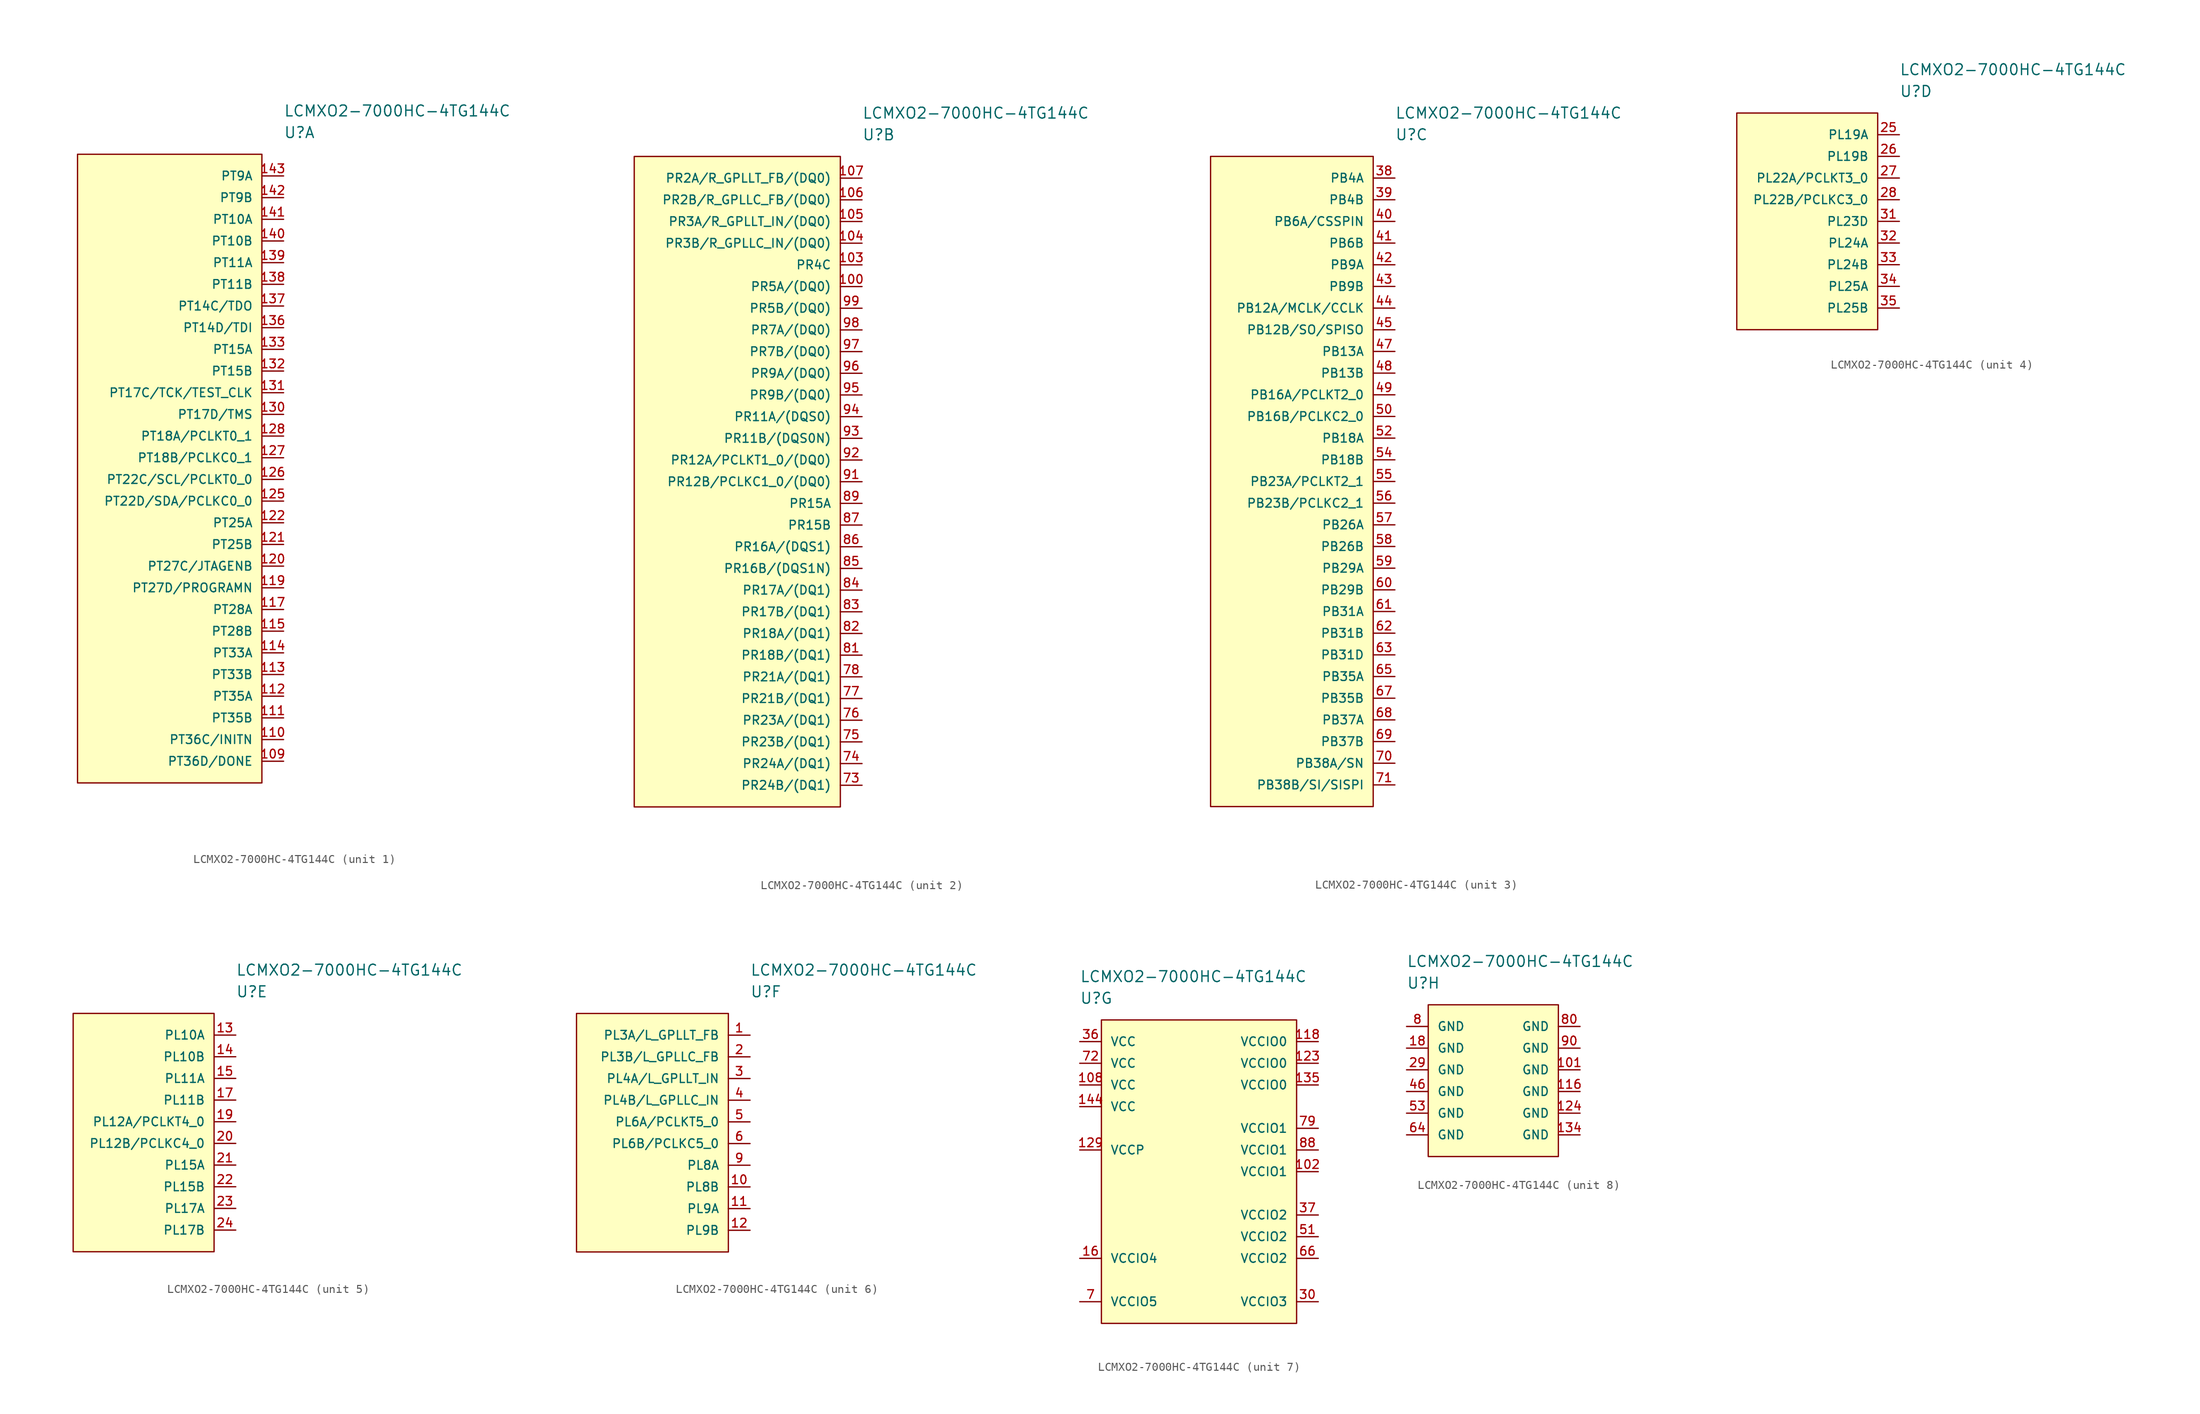
<source format=kicad_sym>
(kicad_symbol_lib
  (version 20220126)
  (generator kicad_symbol_editor)
  (symbol "LCMXO2-7000HC-4TG144C"
    (pin_names
      (offset 1.016))
    (property "Reference" "U"
      (at 0 5.08 0)
      (effects (font (size 1.27 1.27)) (justify left)))
    (property "Value" "LCMXO2-7000HC-4TG144C"
      (at 0 7.62 0)
      (effects (font (size 1.27 1.27)) (justify left)))
    (property "ki_locked" ""
      (at 0 0 0)
      (effects (font (size 1.27 1.27))))
    (symbol "LCMXO2-7000HC-4TG144C_1_1"
      (rectangle (start -24.13 2.54) (end -2.54 -71.12) (stroke (width 0) (type default)) (fill (type background)))
      (pin bidirectional line (at 0 -68.58 180) (length 2.54) (name "PT36D/DONE" (effects (font (size 1.016 1.016)))) (number "109" (effects (font (size 1.016 1.016)))))
      (pin bidirectional line (at 0 -66.04 180) (length 2.54) (name "PT36C/INITN" (effects (font (size 1.016 1.016)))) (number "110" (effects (font (size 1.016 1.016)))))
      (pin bidirectional line (at 0 -63.5 180) (length 2.54) (name "PT35B" (effects (font (size 1.016 1.016)))) (number "111" (effects (font (size 1.016 1.016)))))
      (pin bidirectional line (at 0 -60.96 180) (length 2.54) (name "PT35A" (effects (font (size 1.016 1.016)))) (number "112" (effects (font (size 1.016 1.016)))))
      (pin bidirectional line (at 0 -58.42 180) (length 2.54) (name "PT33B" (effects (font (size 1.016 1.016)))) (number "113" (effects (font (size 1.016 1.016)))))
      (pin bidirectional line (at 0 -55.88 180) (length 2.54) (name "PT33A" (effects (font (size 1.016 1.016)))) (number "114" (effects (font (size 1.016 1.016)))))
      (pin bidirectional line (at 0 -53.34 180) (length 2.54) (name "PT28B" (effects (font (size 1.016 1.016)))) (number "115" (effects (font (size 1.016 1.016)))))
      (pin bidirectional line (at 0 -50.8 180) (length 2.54) (name "PT28A" (effects (font (size 1.016 1.016)))) (number "117" (effects (font (size 1.016 1.016)))))
      (pin bidirectional line (at 0 -48.26 180) (length 2.54) (name "PT27D/PROGRAMN" (effects (font (size 1.016 1.016)))) (number "119" (effects (font (size 1.016 1.016)))))
      (pin bidirectional line (at 0 -45.72 180) (length 2.54) (name "PT27C/JTAGENB" (effects (font (size 1.016 1.016)))) (number "120" (effects (font (size 1.016 1.016)))))
      (pin bidirectional line (at 0 -43.18 180) (length 2.54) (name "PT25B" (effects (font (size 1.016 1.016)))) (number "121" (effects (font (size 1.016 1.016)))))
      (pin bidirectional line (at 0 -40.64 180) (length 2.54) (name "PT25A" (effects (font (size 1.016 1.016)))) (number "122" (effects (font (size 1.016 1.016)))))
      (pin bidirectional line (at 0 -38.1 180) (length 2.54) (name "PT22D/SDA/PCLKC0_0" (effects (font (size 1.016 1.016)))) (number "125" (effects (font (size 1.016 1.016)))))
      (pin bidirectional line (at 0 -35.56 180) (length 2.54) (name "PT22C/SCL/PCLKT0_0" (effects (font (size 1.016 1.016)))) (number "126" (effects (font (size 1.016 1.016)))))
      (pin bidirectional line (at 0 -33.02 180) (length 2.54) (name "PT18B/PCLKC0_1" (effects (font (size 1.016 1.016)))) (number "127" (effects (font (size 1.016 1.016)))))
      (pin bidirectional line (at 0 -30.48 180) (length 2.54) (name "PT18A/PCLKT0_1" (effects (font (size 1.016 1.016)))) (number "128" (effects (font (size 1.016 1.016)))))
      (pin bidirectional line (at 0 -27.94 180) (length 2.54) (name "PT17D/TMS" (effects (font (size 1.016 1.016)))) (number "130" (effects (font (size 1.016 1.016)))))
      (pin bidirectional line (at 0 -25.4 180) (length 2.54) (name "PT17C/TCK/TEST_CLK" (effects (font (size 1.016 1.016)))) (number "131" (effects (font (size 1.016 1.016)))))
      (pin bidirectional line (at 0 -22.86 180) (length 2.54) (name "PT15B" (effects (font (size 1.016 1.016)))) (number "132" (effects (font (size 1.016 1.016)))))
      (pin bidirectional line (at 0 -20.32 180) (length 2.54) (name "PT15A" (effects (font (size 1.016 1.016)))) (number "133" (effects (font (size 1.016 1.016)))))
      (pin bidirectional line (at 0 -17.78 180) (length 2.54) (name "PT14D/TDI" (effects (font (size 1.016 1.016)))) (number "136" (effects (font (size 1.016 1.016)))))
      (pin bidirectional line (at 0 -15.24 180) (length 2.54) (name "PT14C/TDO" (effects (font (size 1.016 1.016)))) (number "137" (effects (font (size 1.016 1.016)))))
      (pin bidirectional line (at 0 -12.7 180) (length 2.54) (name "PT11B" (effects (font (size 1.016 1.016)))) (number "138" (effects (font (size 1.016 1.016)))))
      (pin bidirectional line (at 0 -10.16 180) (length 2.54) (name "PT11A" (effects (font (size 1.016 1.016)))) (number "139" (effects (font (size 1.016 1.016)))))
      (pin bidirectional line (at 0 -7.62 180) (length 2.54) (name "PT10B" (effects (font (size 1.016 1.016)))) (number "140" (effects (font (size 1.016 1.016)))))
      (pin bidirectional line (at 0 -5.08 180) (length 2.54) (name "PT10A" (effects (font (size 1.016 1.016)))) (number "141" (effects (font (size 1.016 1.016)))))
      (pin bidirectional line (at 0 -2.54 180) (length 2.54) (name "PT9B" (effects (font (size 1.016 1.016)))) (number "142" (effects (font (size 1.016 1.016)))))
      (pin bidirectional line (at 0 0 180) (length 2.54) (name "PT9A" (effects (font (size 1.016 1.016)))) (number "143" (effects (font (size 1.016 1.016))))))
    (symbol "LCMXO2-7000HC-4TG144C_2_1"
      (rectangle (start -26.67 2.54) (end -2.54 -73.66) (stroke (width 0) (type default)) (fill (type background)))
      (pin bidirectional line (at 0 -12.7 180) (length 2.54) (name "PR5A/(DQ0)" (effects (font (size 1.016 1.016)))) (number "100" (effects (font (size 1.016 1.016)))))
      (pin bidirectional line (at 0 -10.16 180) (length 2.54) (name "PR4C" (effects (font (size 1.016 1.016)))) (number "103" (effects (font (size 1.016 1.016)))))
      (pin bidirectional line (at 0 -7.62 180) (length 2.54) (name "PR3B/R_GPLLC_IN/(DQ0)" (effects (font (size 1.016 1.016)))) (number "104" (effects (font (size 1.016 1.016)))))
      (pin bidirectional line (at 0 -5.08 180) (length 2.54) (name "PR3A/R_GPLLT_IN/(DQ0)" (effects (font (size 1.016 1.016)))) (number "105" (effects (font (size 1.016 1.016)))))
      (pin bidirectional line (at 0 -2.54 180) (length 2.54) (name "PR2B/R_GPLLC_FB/(DQ0)" (effects (font (size 1.016 1.016)))) (number "106" (effects (font (size 1.016 1.016)))))
      (pin bidirectional line (at 0 0 180) (length 2.54) (name "PR2A/R_GPLLT_FB/(DQ0)" (effects (font (size 1.016 1.016)))) (number "107" (effects (font (size 1.016 1.016)))))
      (pin bidirectional line (at 0 -71.12 180) (length 2.54) (name "PR24B/(DQ1)" (effects (font (size 1.016 1.016)))) (number "73" (effects (font (size 1.016 1.016)))))
      (pin bidirectional line (at 0 -68.58 180) (length 2.54) (name "PR24A/(DQ1)" (effects (font (size 1.016 1.016)))) (number "74" (effects (font (size 1.016 1.016)))))
      (pin bidirectional line (at 0 -66.04 180) (length 2.54) (name "PR23B/(DQ1)" (effects (font (size 1.016 1.016)))) (number "75" (effects (font (size 1.016 1.016)))))
      (pin bidirectional line (at 0 -63.5 180) (length 2.54) (name "PR23A/(DQ1)" (effects (font (size 1.016 1.016)))) (number "76" (effects (font (size 1.016 1.016)))))
      (pin bidirectional line (at 0 -60.96 180) (length 2.54) (name "PR21B/(DQ1)" (effects (font (size 1.016 1.016)))) (number "77" (effects (font (size 1.016 1.016)))))
      (pin bidirectional line (at 0 -58.42 180) (length 2.54) (name "PR21A/(DQ1)" (effects (font (size 1.016 1.016)))) (number "78" (effects (font (size 1.016 1.016)))))
      (pin bidirectional line (at 0 -55.88 180) (length 2.54) (name "PR18B/(DQ1)" (effects (font (size 1.016 1.016)))) (number "81" (effects (font (size 1.016 1.016)))))
      (pin bidirectional line (at 0 -53.34 180) (length 2.54) (name "PR18A/(DQ1)" (effects (font (size 1.016 1.016)))) (number "82" (effects (font (size 1.016 1.016)))))
      (pin bidirectional line (at 0 -50.8 180) (length 2.54) (name "PR17B/(DQ1)" (effects (font (size 1.016 1.016)))) (number "83" (effects (font (size 1.016 1.016)))))
      (pin bidirectional line (at 0 -48.26 180) (length 2.54) (name "PR17A/(DQ1)" (effects (font (size 1.016 1.016)))) (number "84" (effects (font (size 1.016 1.016)))))
      (pin bidirectional line (at 0 -45.72 180) (length 2.54) (name "PR16B/(DQS1N)" (effects (font (size 1.016 1.016)))) (number "85" (effects (font (size 1.016 1.016)))))
      (pin bidirectional line (at 0 -43.18 180) (length 2.54) (name "PR16A/(DQS1)" (effects (font (size 1.016 1.016)))) (number "86" (effects (font (size 1.016 1.016)))))
      (pin bidirectional line (at 0 -40.64 180) (length 2.54) (name "PR15B" (effects (font (size 1.016 1.016)))) (number "87" (effects (font (size 1.016 1.016)))))
      (pin bidirectional line (at 0 -38.1 180) (length 2.54) (name "PR15A" (effects (font (size 1.016 1.016)))) (number "89" (effects (font (size 1.016 1.016)))))
      (pin bidirectional line (at 0 -35.56 180) (length 2.54) (name "PR12B/PCLKC1_0/(DQ0)" (effects (font (size 1.016 1.016)))) (number "91" (effects (font (size 1.016 1.016)))))
      (pin bidirectional line (at 0 -33.02 180) (length 2.54) (name "PR12A/PCLKT1_0/(DQ0)" (effects (font (size 1.016 1.016)))) (number "92" (effects (font (size 1.016 1.016)))))
      (pin bidirectional line (at 0 -30.48 180) (length 2.54) (name "PR11B/(DQS0N)" (effects (font (size 1.016 1.016)))) (number "93" (effects (font (size 1.016 1.016)))))
      (pin bidirectional line (at 0 -27.94 180) (length 2.54) (name "PR11A/(DQS0)" (effects (font (size 1.016 1.016)))) (number "94" (effects (font (size 1.016 1.016)))))
      (pin bidirectional line (at 0 -25.4 180) (length 2.54) (name "PR9B/(DQ0)" (effects (font (size 1.016 1.016)))) (number "95" (effects (font (size 1.016 1.016)))))
      (pin bidirectional line (at 0 -22.86 180) (length 2.54) (name "PR9A/(DQ0)" (effects (font (size 1.016 1.016)))) (number "96" (effects (font (size 1.016 1.016)))))
      (pin bidirectional line (at 0 -20.32 180) (length 2.54) (name "PR7B/(DQ0)" (effects (font (size 1.016 1.016)))) (number "97" (effects (font (size 1.016 1.016)))))
      (pin bidirectional line (at 0 -17.78 180) (length 2.54) (name "PR7A/(DQ0)" (effects (font (size 1.016 1.016)))) (number "98" (effects (font (size 1.016 1.016)))))
      (pin bidirectional line (at 0 -15.24 180) (length 2.54) (name "PR5B/(DQ0)" (effects (font (size 1.016 1.016)))) (number "99" (effects (font (size 1.016 1.016))))))
    (symbol "LCMXO2-7000HC-4TG144C_3_1"
      (rectangle (start -21.59 2.54) (end -2.54 -73.66) (stroke (width 0) (type default)) (fill (type background)))
      (pin bidirectional line (at 0 0 180) (length 2.54) (name "PB4A" (effects (font (size 1.016 1.016)))) (number "38" (effects (font (size 1.016 1.016)))))
      (pin bidirectional line (at 0 -2.54 180) (length 2.54) (name "PB4B" (effects (font (size 1.016 1.016)))) (number "39" (effects (font (size 1.016 1.016)))))
      (pin bidirectional line (at 0 -5.08 180) (length 2.54) (name "PB6A/CSSPIN" (effects (font (size 1.016 1.016)))) (number "40" (effects (font (size 1.016 1.016)))))
      (pin bidirectional line (at 0 -7.62 180) (length 2.54) (name "PB6B" (effects (font (size 1.016 1.016)))) (number "41" (effects (font (size 1.016 1.016)))))
      (pin bidirectional line (at 0 -10.16 180) (length 2.54) (name "PB9A" (effects (font (size 1.016 1.016)))) (number "42" (effects (font (size 1.016 1.016)))))
      (pin bidirectional line (at 0 -12.7 180) (length 2.54) (name "PB9B" (effects (font (size 1.016 1.016)))) (number "43" (effects (font (size 1.016 1.016)))))
      (pin bidirectional line (at 0 -15.24 180) (length 2.54) (name "PB12A/MCLK/CCLK" (effects (font (size 1.016 1.016)))) (number "44" (effects (font (size 1.016 1.016)))))
      (pin bidirectional line (at 0 -17.78 180) (length 2.54) (name "PB12B/SO/SPISO" (effects (font (size 1.016 1.016)))) (number "45" (effects (font (size 1.016 1.016)))))
      (pin bidirectional line (at 0 -20.32 180) (length 2.54) (name "PB13A" (effects (font (size 1.016 1.016)))) (number "47" (effects (font (size 1.016 1.016)))))
      (pin bidirectional line (at 0 -22.86 180) (length 2.54) (name "PB13B" (effects (font (size 1.016 1.016)))) (number "48" (effects (font (size 1.016 1.016)))))
      (pin bidirectional line (at 0 -25.4 180) (length 2.54) (name "PB16A/PCLKT2_0" (effects (font (size 1.016 1.016)))) (number "49" (effects (font (size 1.016 1.016)))))
      (pin bidirectional line (at 0 -27.94 180) (length 2.54) (name "PB16B/PCLKC2_0" (effects (font (size 1.016 1.016)))) (number "50" (effects (font (size 1.016 1.016)))))
      (pin bidirectional line (at 0 -30.48 180) (length 2.54) (name "PB18A" (effects (font (size 1.016 1.016)))) (number "52" (effects (font (size 1.016 1.016)))))
      (pin bidirectional line (at 0 -33.02 180) (length 2.54) (name "PB18B" (effects (font (size 1.016 1.016)))) (number "54" (effects (font (size 1.016 1.016)))))
      (pin bidirectional line (at 0 -35.56 180) (length 2.54) (name "PB23A/PCLKT2_1" (effects (font (size 1.016 1.016)))) (number "55" (effects (font (size 1.016 1.016)))))
      (pin bidirectional line (at 0 -38.1 180) (length 2.54) (name "PB23B/PCLKC2_1" (effects (font (size 1.016 1.016)))) (number "56" (effects (font (size 1.016 1.016)))))
      (pin bidirectional line (at 0 -40.64 180) (length 2.54) (name "PB26A" (effects (font (size 1.016 1.016)))) (number "57" (effects (font (size 1.016 1.016)))))
      (pin bidirectional line (at 0 -43.18 180) (length 2.54) (name "PB26B" (effects (font (size 1.016 1.016)))) (number "58" (effects (font (size 1.016 1.016)))))
      (pin bidirectional line (at 0 -45.72 180) (length 2.54) (name "PB29A" (effects (font (size 1.016 1.016)))) (number "59" (effects (font (size 1.016 1.016)))))
      (pin bidirectional line (at 0 -48.26 180) (length 2.54) (name "PB29B" (effects (font (size 1.016 1.016)))) (number "60" (effects (font (size 1.016 1.016)))))
      (pin bidirectional line (at 0 -50.8 180) (length 2.54) (name "PB31A" (effects (font (size 1.016 1.016)))) (number "61" (effects (font (size 1.016 1.016)))))
      (pin bidirectional line (at 0 -53.34 180) (length 2.54) (name "PB31B" (effects (font (size 1.016 1.016)))) (number "62" (effects (font (size 1.016 1.016)))))
      (pin bidirectional line (at 0 -55.88 180) (length 2.54) (name "PB31D" (effects (font (size 1.016 1.016)))) (number "63" (effects (font (size 1.016 1.016)))))
      (pin bidirectional line (at 0 -58.42 180) (length 2.54) (name "PB35A" (effects (font (size 1.016 1.016)))) (number "65" (effects (font (size 1.016 1.016)))))
      (pin bidirectional line (at 0 -60.96 180) (length 2.54) (name "PB35B" (effects (font (size 1.016 1.016)))) (number "67" (effects (font (size 1.016 1.016)))))
      (pin bidirectional line (at 0 -63.5 180) (length 2.54) (name "PB37A" (effects (font (size 1.016 1.016)))) (number "68" (effects (font (size 1.016 1.016)))))
      (pin bidirectional line (at 0 -66.04 180) (length 2.54) (name "PB37B" (effects (font (size 1.016 1.016)))) (number "69" (effects (font (size 1.016 1.016)))))
      (pin bidirectional line (at 0 -68.58 180) (length 2.54) (name "PB38A/SN" (effects (font (size 1.016 1.016)))) (number "70" (effects (font (size 1.016 1.016)))))
      (pin bidirectional line (at 0 -71.12 180) (length 2.54) (name "PB38B/SI/SISPI" (effects (font (size 1.016 1.016)))) (number "71" (effects (font (size 1.016 1.016))))))
    (symbol "LCMXO2-7000HC-4TG144C_4_1"
      (rectangle (start -19.05 2.54) (end -2.54 -22.86) (stroke (width 0) (type default)) (fill (type background)))
      (pin bidirectional line (at 0 0 180) (length 2.54) (name "PL19A" (effects (font (size 1.016 1.016)))) (number "25" (effects (font (size 1.016 1.016)))))
      (pin bidirectional line (at 0 -2.54 180) (length 2.54) (name "PL19B" (effects (font (size 1.016 1.016)))) (number "26" (effects (font (size 1.016 1.016)))))
      (pin bidirectional line (at 0 -5.08 180) (length 2.54) (name "PL22A/PCLKT3_0" (effects (font (size 1.016 1.016)))) (number "27" (effects (font (size 1.016 1.016)))))
      (pin bidirectional line (at 0 -7.62 180) (length 2.54) (name "PL22B/PCLKC3_0" (effects (font (size 1.016 1.016)))) (number "28" (effects (font (size 1.016 1.016)))))
      (pin bidirectional line (at 0 -10.16 180) (length 2.54) (name "PL23D" (effects (font (size 1.016 1.016)))) (number "31" (effects (font (size 1.016 1.016)))))
      (pin bidirectional line (at 0 -12.7 180) (length 2.54) (name "PL24A" (effects (font (size 1.016 1.016)))) (number "32" (effects (font (size 1.016 1.016)))))
      (pin bidirectional line (at 0 -15.24 180) (length 2.54) (name "PL24B" (effects (font (size 1.016 1.016)))) (number "33" (effects (font (size 1.016 1.016)))))
      (pin bidirectional line (at 0 -17.78 180) (length 2.54) (name "PL25A" (effects (font (size 1.016 1.016)))) (number "34" (effects (font (size 1.016 1.016)))))
      (pin bidirectional line (at 0 -20.32 180) (length 2.54) (name "PL25B" (effects (font (size 1.016 1.016)))) (number "35" (effects (font (size 1.016 1.016))))))
    (symbol "LCMXO2-7000HC-4TG144C_5_1"
      (rectangle (start -19.05 2.54) (end -2.54 -25.4) (stroke (width 0) (type default)) (fill (type background)))
      (pin bidirectional line (at 0 0 180) (length 2.54) (name "PL10A" (effects (font (size 1.016 1.016)))) (number "13" (effects (font (size 1.016 1.016)))))
      (pin bidirectional line (at 0 -2.54 180) (length 2.54) (name "PL10B" (effects (font (size 1.016 1.016)))) (number "14" (effects (font (size 1.016 1.016)))))
      (pin bidirectional line (at 0 -5.08 180) (length 2.54) (name "PL11A" (effects (font (size 1.016 1.016)))) (number "15" (effects (font (size 1.016 1.016)))))
      (pin bidirectional line (at 0 -7.62 180) (length 2.54) (name "PL11B" (effects (font (size 1.016 1.016)))) (number "17" (effects (font (size 1.016 1.016)))))
      (pin bidirectional line (at 0 -10.16 180) (length 2.54) (name "PL12A/PCLKT4_0" (effects (font (size 1.016 1.016)))) (number "19" (effects (font (size 1.016 1.016)))))
      (pin bidirectional line (at 0 -12.7 180) (length 2.54) (name "PL12B/PCLKC4_0" (effects (font (size 1.016 1.016)))) (number "20" (effects (font (size 1.016 1.016)))))
      (pin bidirectional line (at 0 -15.24 180) (length 2.54) (name "PL15A" (effects (font (size 1.016 1.016)))) (number "21" (effects (font (size 1.016 1.016)))))
      (pin bidirectional line (at 0 -17.78 180) (length 2.54) (name "PL15B" (effects (font (size 1.016 1.016)))) (number "22" (effects (font (size 1.016 1.016)))))
      (pin bidirectional line (at 0 -20.32 180) (length 2.54) (name "PL17A" (effects (font (size 1.016 1.016)))) (number "23" (effects (font (size 1.016 1.016)))))
      (pin bidirectional line (at 0 -22.86 180) (length 2.54) (name "PL17B" (effects (font (size 1.016 1.016)))) (number "24" (effects (font (size 1.016 1.016))))))
    (symbol "LCMXO2-7000HC-4TG144C_6_1"
      (rectangle (start -20.32 2.54) (end -2.54 -25.4) (stroke (width 0) (type default)) (fill (type background)))
      (pin bidirectional line (at 0 0 180) (length 2.54) (name "PL3A/L_GPLLT_FB" (effects (font (size 1.016 1.016)))) (number "1" (effects (font (size 1.016 1.016)))))
      (pin bidirectional line (at 0 -17.78 180) (length 2.54) (name "PL8B" (effects (font (size 1.016 1.016)))) (number "10" (effects (font (size 1.016 1.016)))))
      (pin bidirectional line (at 0 -20.32 180) (length 2.54) (name "PL9A" (effects (font (size 1.016 1.016)))) (number "11" (effects (font (size 1.016 1.016)))))
      (pin bidirectional line (at 0 -22.86 180) (length 2.54) (name "PL9B" (effects (font (size 1.016 1.016)))) (number "12" (effects (font (size 1.016 1.016)))))
      (pin bidirectional line (at 0 -2.54 180) (length 2.54) (name "PL3B/L_GPLLC_FB" (effects (font (size 1.016 1.016)))) (number "2" (effects (font (size 1.016 1.016)))))
      (pin bidirectional line (at 0 -5.08 180) (length 2.54) (name "PL4A/L_GPLLT_IN" (effects (font (size 1.016 1.016)))) (number "3" (effects (font (size 1.016 1.016)))))
      (pin bidirectional line (at 0 -7.62 180) (length 2.54) (name "PL4B/L_GPLLC_IN" (effects (font (size 1.016 1.016)))) (number "4" (effects (font (size 1.016 1.016)))))
      (pin bidirectional line (at 0 -10.16 180) (length 2.54) (name "PL6A/PCLKT5_0" (effects (font (size 1.016 1.016)))) (number "5" (effects (font (size 1.016 1.016)))))
      (pin bidirectional line (at 0 -12.7 180) (length 2.54) (name "PL6B/PCLKC5_0" (effects (font (size 1.016 1.016)))) (number "6" (effects (font (size 1.016 1.016)))))
      (pin bidirectional line (at 0 -15.24 180) (length 2.54) (name "PL8A" (effects (font (size 1.016 1.016)))) (number "9" (effects (font (size 1.016 1.016))))))
    (symbol "LCMXO2-7000HC-4TG144C_7_1"
      (rectangle (start 2.54 2.54) (end 25.4 -33.02) (stroke (width 0) (type default)) (fill (type background)))
      (pin power_in line (at 27.94 -15.24 180) (length 2.54) (name "VCCIO1" (effects (font (size 1.016 1.016)))) (number "102" (effects (font (size 1.016 1.016)))))
      (pin power_in line (at 0 -5.08 0) (length 2.54) (name "VCC" (effects (font (size 1.016 1.016)))) (number "108" (effects (font (size 1.016 1.016)))))
      (pin power_in line (at 27.94 0 180) (length 2.54) (name "VCCIO0" (effects (font (size 1.016 1.016)))) (number "118" (effects (font (size 1.016 1.016)))))
      (pin power_in line (at 27.94 -2.54 180) (length 2.54) (name "VCCIO0" (effects (font (size 1.016 1.016)))) (number "123" (effects (font (size 1.016 1.016)))))
      (pin power_in line (at 0 -12.7 0) (length 2.54) (name "VCCP" (effects (font (size 1.016 1.016)))) (number "129" (effects (font (size 1.016 1.016)))))
      (pin power_in line (at 27.94 -5.08 180) (length 2.54) (name "VCCIO0" (effects (font (size 1.016 1.016)))) (number "135" (effects (font (size 1.016 1.016)))))
      (pin power_in line (at 0 -7.62 0) (length 2.54) (name "VCC" (effects (font (size 1.016 1.016)))) (number "144" (effects (font (size 1.016 1.016)))))
      (pin power_in line (at 0 -25.4 0) (length 2.54) (name "VCCIO4" (effects (font (size 1.016 1.016)))) (number "16" (effects (font (size 1.016 1.016)))))
      (pin power_in line (at 27.94 -30.48 180) (length 2.54) (name "VCCIO3" (effects (font (size 1.016 1.016)))) (number "30" (effects (font (size 1.016 1.016)))))
      (pin power_in line (at 0 0 0) (length 2.54) (name "VCC" (effects (font (size 1.016 1.016)))) (number "36" (effects (font (size 1.016 1.016)))))
      (pin power_in line (at 27.94 -20.32 180) (length 2.54) (name "VCCIO2" (effects (font (size 1.016 1.016)))) (number "37" (effects (font (size 1.016 1.016)))))
      (pin power_in line (at 27.94 -22.86 180) (length 2.54) (name "VCCIO2" (effects (font (size 1.016 1.016)))) (number "51" (effects (font (size 1.016 1.016)))))
      (pin power_in line (at 27.94 -25.4 180) (length 2.54) (name "VCCIO2" (effects (font (size 1.016 1.016)))) (number "66" (effects (font (size 1.016 1.016)))))
      (pin power_in line (at 0 -30.48 0) (length 2.54) (name "VCCIO5" (effects (font (size 1.016 1.016)))) (number "7" (effects (font (size 1.016 1.016)))))
      (pin power_in line (at 0 -2.54 0) (length 2.54) (name "VCC" (effects (font (size 1.016 1.016)))) (number "72" (effects (font (size 1.016 1.016)))))
      (pin power_in line (at 27.94 -10.16 180) (length 2.54) (name "VCCIO1" (effects (font (size 1.016 1.016)))) (number "79" (effects (font (size 1.016 1.016)))))
      (pin power_in line (at 27.94 -12.7 180) (length 2.54) (name "VCCIO1" (effects (font (size 1.016 1.016)))) (number "88" (effects (font (size 1.016 1.016))))))
    (symbol "LCMXO2-7000HC-4TG144C_8_1"
      (rectangle (start 2.54 2.54) (end 17.78 -15.24) (stroke (width 0) (type default)) (fill (type background)))
      (pin power_in line (at 20.32 -5.08 180) (length 2.54) (name "GND" (effects (font (size 1.016 1.016)))) (number "101" (effects (font (size 1.016 1.016)))))
      (pin power_in line (at 20.32 -7.62 180) (length 2.54) (name "GND" (effects (font (size 1.016 1.016)))) (number "116" (effects (font (size 1.016 1.016)))))
      (pin power_in line (at 20.32 -10.16 180) (length 2.54) (name "GND" (effects (font (size 1.016 1.016)))) (number "124" (effects (font (size 1.016 1.016)))))
      (pin power_in line (at 20.32 -12.7 180) (length 2.54) (name "GND" (effects (font (size 1.016 1.016)))) (number "134" (effects (font (size 1.016 1.016)))))
      (pin power_in line (at 0 -2.54 0) (length 2.54) (name "GND" (effects (font (size 1.016 1.016)))) (number "18" (effects (font (size 1.016 1.016)))))
      (pin power_in line (at 0 -5.08 0) (length 2.54) (name "GND" (effects (font (size 1.016 1.016)))) (number "29" (effects (font (size 1.016 1.016)))))
      (pin power_in line (at 0 -7.62 0) (length 2.54) (name "GND" (effects (font (size 1.016 1.016)))) (number "46" (effects (font (size 1.016 1.016)))))
      (pin power_in line (at 0 -10.16 0) (length 2.54) (name "GND" (effects (font (size 1.016 1.016)))) (number "53" (effects (font (size 1.016 1.016)))))
      (pin power_in line (at 0 -12.7 0) (length 2.54) (name "GND" (effects (font (size 1.016 1.016)))) (number "64" (effects (font (size 1.016 1.016)))))
      (pin power_in line (at 0 0 0) (length 2.54) (name "GND" (effects (font (size 1.016 1.016)))) (number "8" (effects (font (size 1.016 1.016)))))
      (pin power_in line (at 20.32 0 180) (length 2.54) (name "GND" (effects (font (size 1.016 1.016)))) (number "80" (effects (font (size 1.016 1.016)))))
      (pin power_in line (at 20.32 -2.54 180) (length 2.54) (name "GND" (effects (font (size 1.016 1.016)))) (number "90" (effects (font (size 1.016 1.016))))))))
</source>
